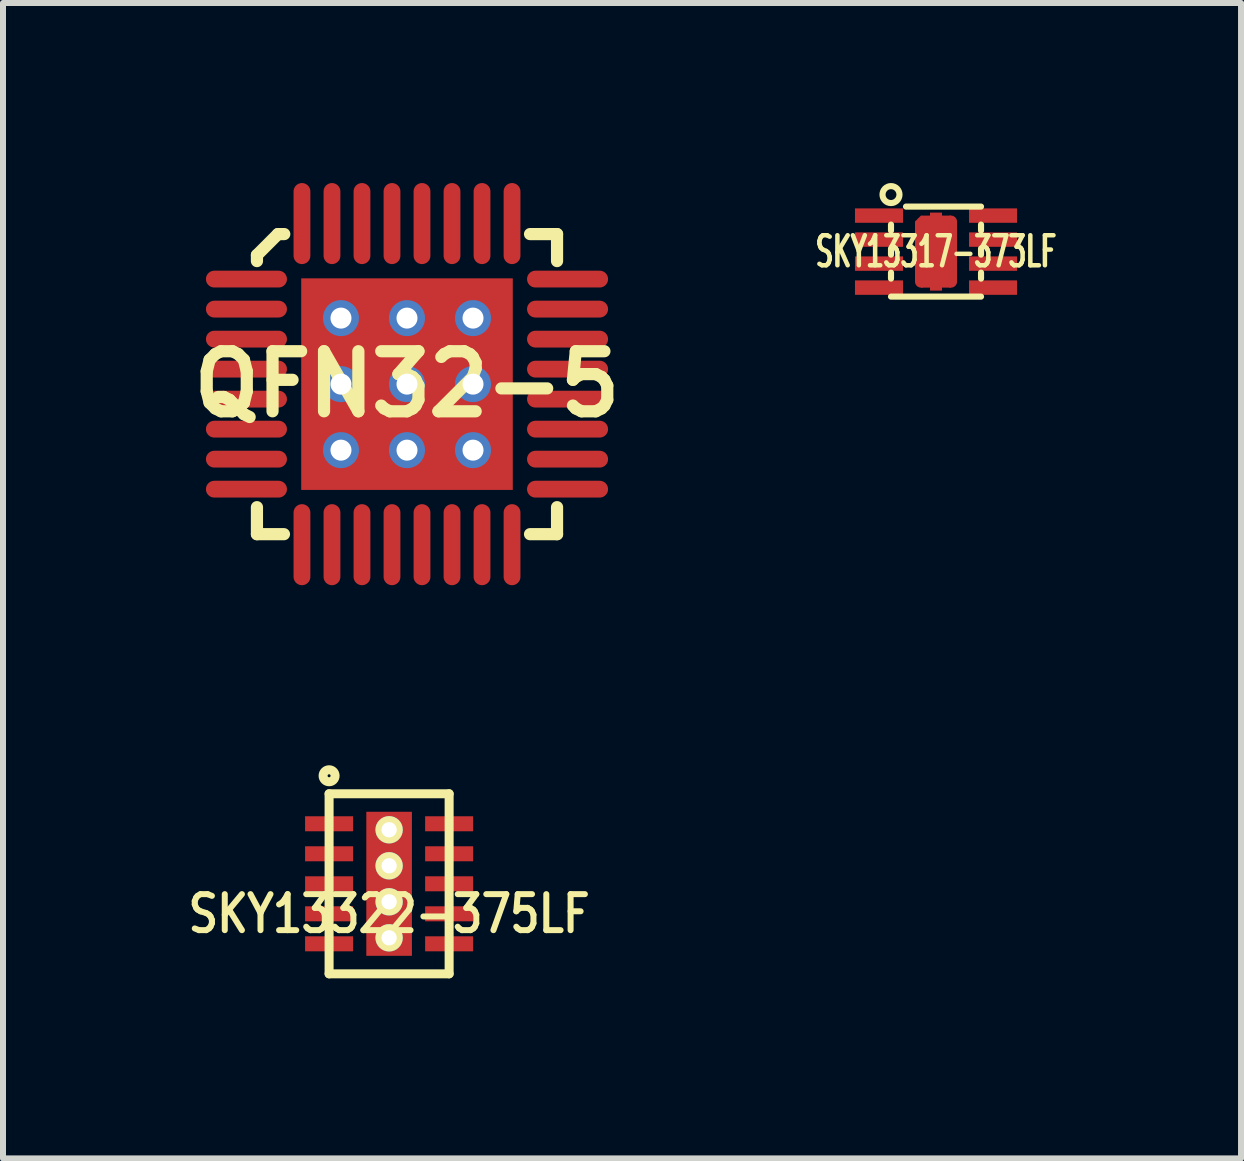
<source format=kicad_pcb>
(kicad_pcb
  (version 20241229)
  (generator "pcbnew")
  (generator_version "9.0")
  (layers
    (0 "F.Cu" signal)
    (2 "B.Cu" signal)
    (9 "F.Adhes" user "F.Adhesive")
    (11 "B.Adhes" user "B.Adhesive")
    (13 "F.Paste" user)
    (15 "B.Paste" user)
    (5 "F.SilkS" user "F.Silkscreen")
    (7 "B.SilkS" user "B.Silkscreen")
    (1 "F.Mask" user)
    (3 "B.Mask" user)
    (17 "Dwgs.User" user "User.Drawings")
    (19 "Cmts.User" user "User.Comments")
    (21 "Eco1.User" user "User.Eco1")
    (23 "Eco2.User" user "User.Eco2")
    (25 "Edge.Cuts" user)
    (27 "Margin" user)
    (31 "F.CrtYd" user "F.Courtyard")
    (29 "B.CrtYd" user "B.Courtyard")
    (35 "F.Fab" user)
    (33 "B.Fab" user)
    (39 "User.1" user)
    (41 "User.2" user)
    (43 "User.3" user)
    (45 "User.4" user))
  (footprint "SKY13317-373LF"
    (layer "F.Cu")
    (at 12.545 1.142)
    (property "Reference" "SKY13317-373LF" (at 0 0 0) (layer "F.SilkS") (effects (font (size 0.5 0.3) (thickness 0.076))))
    (attr smd)
    (fp_line (start -0.75 -0.35) (end -0.75 -0.45) (stroke (width 0.102) (type solid)) (layer "F.SilkS"))
    (fp_line (start -0.75 0.05) (end -0.75 -0.05) (stroke (width 0.102) (type solid)) (layer "F.SilkS"))
    (fp_line (start -0.75 0.45) (end -0.75 0.35) (stroke (width 0.102) (type solid)) (layer "F.SilkS"))
    (fp_line (start -0.75 0.75) (end 0.75 0.75) (stroke (width 0.102) (type solid)) (layer "F.SilkS"))
    (fp_line (start 0.75 -0.75) (end -0.5 -0.75) (stroke (width 0.102) (type solid)) (layer "F.SilkS"))
    (fp_line (start 0.75 -0.45) (end 0.75 -0.35) (stroke (width 0.102) (type solid)) (layer "F.SilkS"))
    (fp_line (start 0.75 -0.05) (end 0.75 0.05) (stroke (width 0.102) (type solid)) (layer "F.SilkS"))
    (fp_line (start 0.75 0.35) (end 0.75 0.45) (stroke (width 0.102) (type solid)) (layer "F.SilkS"))
    (fp_circle (center -0.75 -0.95) (end -0.65 -0.85) (stroke (width 0.102) (type solid)) (fill no) (layer "F.SilkS"))
    (pad "0" smd rect (at -0.25 -0.425) (size 0.2 0.15) (layers "F.Cu" "F.Mask"))
    (pad "0" smd oval (at -0.25 0.05) (size 0.2 1.1) (layers "F.Cu" "F.Mask"))
    (pad "0" smd rect (at -0.24 -0.49 315) (size 0.171 0.142) (layers "F.Cu" "F.Mask"))
    (pad "0" smd rect (at 0 0) (size 0.2 1.3) (layers "F.Cu" "F.Mask"))
    (pad "0" smd rect (at 0 0) (size 0.5 1.2) (layers "F.Cu" "F.Mask"))
    (pad "0" smd rect (at 0 0) (size 0.6 1.1) (layers "F.Cu" "F.Paste"))
    (pad "0" smd oval (at 0.25 0) (size 0.2 1.2) (layers "F.Cu" "F.Mask"))
    (pad "1" smd rect (at -0.95 -0.6) (size 0.8 0.24) (layers "F.Cu" "F.Mask" "F.Paste"))
    (pad "2" smd rect (at -0.95 -0.2) (size 0.8 0.24) (layers "F.Cu" "F.Mask" "F.Paste"))
    (pad "3" smd rect (at -0.95 0.2) (size 0.8 0.24) (layers "F.Cu" "F.Mask" "F.Paste"))
    (pad "4" smd rect (at -0.95 0.6) (size 0.8 0.24) (layers "F.Cu" "F.Mask" "F.Paste"))
    (pad "5" smd rect (at 0.95 0.6) (size 0.8 0.24) (layers "F.Cu" "F.Mask" "F.Paste"))
    (pad "6" smd rect (at 0.95 0.2) (size 0.8 0.24) (layers "F.Cu" "F.Mask" "F.Paste"))
    (pad "7" smd rect (at 0.95 -0.2) (size 0.8 0.24) (layers "F.Cu" "F.Mask" "F.Paste"))
    (pad "8" smd rect (at 0.95 -0.6) (size 0.8 0.24) (layers "F.Cu" "F.Mask" "F.Paste")))
  (footprint "QFN32-5"
    (layer "F.Cu")
    (at 3.731 3.35)
    (property "Reference" "QFN32-5" (at 0 0 0) (layer "F.SilkS") (effects (font (size 1.001 1.001) (thickness 0.203))))
    (attr smd)
    (fp_line (start -2.5 -2.15) (end -2.5 -2.05) (stroke (width 0.203) (type solid)) (layer "F.SilkS"))
    (fp_line (start -2.5 2.05) (end -2.5 2.5) (stroke (width 0.203) (type solid)) (layer "F.SilkS"))
    (fp_line (start -2.5 2.5) (end -2.05 2.5) (stroke (width 0.203) (type solid)) (layer "F.SilkS"))
    (fp_line (start -2.15 -2.5) (end -2.5 -2.15) (stroke (width 0.203) (type solid)) (layer "F.SilkS"))
    (fp_line (start -2.045 -2.5) (end -2.15 -2.5) (stroke (width 0.203) (type solid)) (layer "F.SilkS"))
    (fp_line (start 2.05 2.5) (end 2.5 2.5) (stroke (width 0.203) (type solid)) (layer "F.SilkS"))
    (fp_line (start 2.5 -2.5) (end 2.05 -2.5) (stroke (width 0.203) (type solid)) (layer "F.SilkS"))
    (fp_line (start 2.5 -2.05) (end 2.5 -2.5) (stroke (width 0.203) (type solid)) (layer "F.SilkS"))
    (fp_line (start 2.5 2.5) (end 2.5 2.05) (stroke (width 0.203) (type solid)) (layer "F.SilkS"))
    (pad "0" thru_hole circle (at -1.1 -1.1) (size 0.6 0.6) (drill 0.35) (layers "*.Cu" "B.Mask"))
    (pad "0" smd rect (at -1.1 -1.1) (size 1.1 1.1) (layers "F.Cu" "F.Paste"))
    (pad "0" thru_hole circle (at -1.1 0) (size 0.6 0.6) (drill 0.35) (layers "*.Cu" "B.Mask"))
    (pad "0" smd rect (at -1.1 0) (size 1.1 1.1) (layers "F.Cu" "F.Paste"))
    (pad "0" thru_hole circle (at -1.1 1.1) (size 0.6 0.6) (drill 0.35) (layers "*.Cu" "B.Mask"))
    (pad "0" smd rect (at -1.1 1.1) (size 1.1 1.1) (layers "F.Cu" "F.Paste"))
    (pad "0" thru_hole circle (at 0 -1.1) (size 0.6 0.6) (drill 0.35) (layers "*.Cu" "B.Mask"))
    (pad "0" smd rect (at 0 -1.1) (size 1.1 1.1) (layers "F.Cu" "F.Paste"))
    (pad "0" thru_hole circle (at 0 0) (size 0.6 0.6) (drill 0.35) (layers "*.Cu" "B.Mask"))
    (pad "0" smd rect (at 0 0) (size 1.1 1.1) (layers "F.Cu" "F.Paste"))
    (pad "0" smd rect (at 0 0) (size 3.525 3.525) (layers "F.Cu" "F.Mask"))
    (pad "0" thru_hole circle (at 0 1.1) (size 0.6 0.6) (drill 0.35) (layers "*.Cu" "B.Mask"))
    (pad "0" smd rect (at 0 1.1) (size 1.1 1.1) (layers "F.Cu" "F.Paste"))
    (pad "0" thru_hole circle (at 1.1 -1.1) (size 0.6 0.6) (drill 0.35) (layers "*.Cu" "B.Mask"))
    (pad "0" smd rect (at 1.1 -1.1) (size 1.1 1.1) (layers "F.Cu" "F.Paste"))
    (pad "0" thru_hole circle (at 1.1 0) (size 0.6 0.6) (drill 0.35) (layers "*.Cu" "B.Mask"))
    (pad "0" smd rect (at 1.1 0) (size 1.1 1.1) (layers "F.Cu" "F.Paste"))
    (pad "0" thru_hole circle (at 1.1 1.1) (size 0.6 0.6) (drill 0.35) (layers "*.Cu" "B.Mask"))
    (pad "0" smd rect (at 1.1 1.1) (size 1.1 1.1) (layers "F.Cu" "F.Paste"))
    (pad "1" smd oval (at -2.675 -1.75) (size 1.35 0.28) (layers "F.Cu" "F.Mask" "F.Paste"))
    (pad "2" smd oval (at -2.675 -1.25) (size 1.35 0.28) (layers "F.Cu" "F.Mask" "F.Paste"))
    (pad "3" smd oval (at -2.675 -0.75) (size 1.35 0.28) (layers "F.Cu" "F.Mask" "F.Paste"))
    (pad "4" smd oval (at -2.675 -0.25) (size 1.35 0.28) (layers "F.Cu" "F.Mask" "F.Paste"))
    (pad "5" smd oval (at -2.675 0.25) (size 1.35 0.28) (layers "F.Cu" "F.Mask" "F.Paste"))
    (pad "6" smd oval (at -2.675 0.75) (size 1.35 0.28) (layers "F.Cu" "F.Mask" "F.Paste"))
    (pad "7" smd oval (at -2.675 1.25) (size 1.35 0.28) (layers "F.Cu" "F.Mask" "F.Paste"))
    (pad "8" smd oval (at -2.675 1.75) (size 1.35 0.28) (layers "F.Cu" "F.Mask" "F.Paste"))
    (pad "9" smd oval (at -1.75 2.675 90) (size 1.35 0.28) (layers "F.Cu" "F.Mask" "F.Paste"))
    (pad "10" smd oval (at -1.25 2.675 90) (size 1.35 0.28) (layers "F.Cu" "F.Mask" "F.Paste"))
    (pad "11" smd oval (at -0.75 2.675 90) (size 1.35 0.28) (layers "F.Cu" "F.Mask" "F.Paste"))
    (pad "12" smd oval (at -0.25 2.675 90) (size 1.35 0.28) (layers "F.Cu" "F.Mask" "F.Paste"))
    (pad "13" smd oval (at 0.25 2.675 90) (size 1.35 0.28) (layers "F.Cu" "F.Mask" "F.Paste"))
    (pad "14" smd oval (at 0.75 2.675 90) (size 1.35 0.28) (layers "F.Cu" "F.Mask" "F.Paste"))
    (pad "15" smd oval (at 1.25 2.675 90) (size 1.35 0.28) (layers "F.Cu" "F.Mask" "F.Paste"))
    (pad "16" smd oval (at 1.75 2.675 90) (size 1.35 0.28) (layers "F.Cu" "F.Mask" "F.Paste"))
    (pad "17" smd oval (at 2.675 1.75) (size 1.35 0.28) (layers "F.Cu" "F.Mask" "F.Paste"))
    (pad "18" smd oval (at 2.675 1.25) (size 1.35 0.28) (layers "F.Cu" "F.Mask" "F.Paste"))
    (pad "19" smd oval (at 2.675 0.75) (size 1.35 0.28) (layers "F.Cu" "F.Mask" "F.Paste"))
    (pad "20" smd oval (at 2.675 0.25) (size 1.35 0.28) (layers "F.Cu" "F.Mask" "F.Paste"))
    (pad "21" smd oval (at 2.675 -0.25) (size 1.35 0.28) (layers "F.Cu" "F.Mask" "F.Paste"))
    (pad "22" smd oval (at 2.675 -0.75) (size 1.35 0.28) (layers "F.Cu" "F.Mask" "F.Paste"))
    (pad "23" smd oval (at 2.675 -1.25) (size 1.35 0.28) (layers "F.Cu" "F.Mask" "F.Paste"))
    (pad "24" smd oval (at 2.675 -1.75) (size 1.35 0.28) (layers "F.Cu" "F.Mask" "F.Paste"))
    (pad "25" smd oval (at 1.75 -2.675 90) (size 1.35 0.28) (layers "F.Cu" "F.Mask" "F.Paste"))
    (pad "26" smd oval (at 1.25 -2.675 90) (size 1.35 0.28) (layers "F.Cu" "F.Mask" "F.Paste"))
    (pad "27" smd oval (at 0.75 -2.675 90) (size 1.35 0.28) (layers "F.Cu" "F.Mask" "F.Paste"))
    (pad "28" smd oval (at 0.25 -2.675 90) (size 1.35 0.28) (layers "F.Cu" "F.Mask" "F.Paste"))
    (pad "29" smd oval (at -0.25 -2.675 90) (size 1.35 0.28) (layers "F.Cu" "F.Mask" "F.Paste"))
    (pad "30" smd oval (at -0.75 -2.675 90) (size 1.35 0.28) (layers "F.Cu" "F.Mask" "F.Paste"))
    (pad "31" smd oval (at -1.25 -2.675 90) (size 1.35 0.28) (layers "F.Cu" "F.Mask" "F.Paste"))
    (pad "32" smd oval (at -1.75 -2.675 90) (size 1.35 0.28) (layers "F.Cu" "F.Mask" "F.Paste")))
  (footprint "SKY13322-375LF"
    (layer "F.Cu")
    (at 3.433 11.675)
    (property "Reference" "SKY13322-375LF" (at 0 0.5 0) (layer "F.SilkS") (effects (font (size 0.6 0.5) (thickness 0.1))))
    (attr smd)
    (fp_line (start -1 -1.5) (end 1 -1.5) (stroke (width 0.15) (type solid)) (layer "F.SilkS"))
    (fp_line (start -1 1.5) (end -1 -1.5) (stroke (width 0.15) (type solid)) (layer "F.SilkS"))
    (fp_line (start 1 -1.5) (end 1 1.5) (stroke (width 0.15) (type solid)) (layer "F.SilkS"))
    (fp_line (start 1 1.5) (end -1 1.5) (stroke (width 0.15) (type solid)) (layer "F.SilkS"))
    (fp_circle (center -1 -1.8) (end -0.9 -1.8) (stroke (width 0.15) (type solid)) (fill no) (layer "F.SilkS"))
    (pad "0" thru_hole circle (at 0 -0.9) (size 0.457 0.457) (drill 0.254) (layers "*.Cu" "*.Mask" "F.SilkS"))
    (pad "0" thru_hole circle (at 0 -0.3) (size 0.457 0.457) (drill 0.254) (layers "*.Cu" "*.Mask" "F.SilkS"))
    (pad "0" smd rect (at 0 0) (size 0.76 2.4) (layers "F.Cu" "F.Mask" "F.Paste"))
    (pad "0" thru_hole circle (at 0 0.3) (size 0.457 0.457) (drill 0.254) (layers "*.Cu" "*.Mask" "F.SilkS"))
    (pad "0" thru_hole circle (at 0 0.9) (size 0.457 0.457) (drill 0.254) (layers "*.Cu" "*.Mask" "F.SilkS"))
    (pad "1" smd rect (at -1 -1) (size 0.8 0.25) (layers "F.Cu" "F.Mask" "F.Paste"))
    (pad "2" smd rect (at -1 -0.5) (size 0.8 0.25) (layers "F.Cu" "F.Mask" "F.Paste"))
    (pad "3" smd rect (at -1 0) (size 0.8 0.25) (layers "F.Cu" "F.Mask" "F.Paste"))
    (pad "4" smd rect (at -1 0.5) (size 0.8 0.25) (layers "F.Cu" "F.Mask" "F.Paste"))
    (pad "5" smd rect (at -1 1) (size 0.8 0.25) (layers "F.Cu" "F.Mask" "F.Paste"))
    (pad "6" smd rect (at 1 1) (size 0.8 0.25) (layers "F.Cu" "F.Mask" "F.Paste"))
    (pad "7" smd rect (at 1 0.5) (size 0.8 0.25) (layers "F.Cu" "F.Mask" "F.Paste"))
    (pad "8" smd rect (at 1 0) (size 0.8 0.25) (layers "F.Cu" "F.Mask" "F.Paste"))
    (pad "9" smd rect (at 1 -0.5) (size 0.8 0.25) (layers "F.Cu" "F.Mask" "F.Paste"))
    (pad "10" smd rect (at 1 -1) (size 0.8 0.25) (layers "F.Cu" "F.Mask" "F.Paste")))
  (gr_rect
    (start -3 -3)
    (end 17.627 16.25)
    (stroke (width 0.1) (type default))
    (fill no)
    (layer "Edge.Cuts")))
</source>
